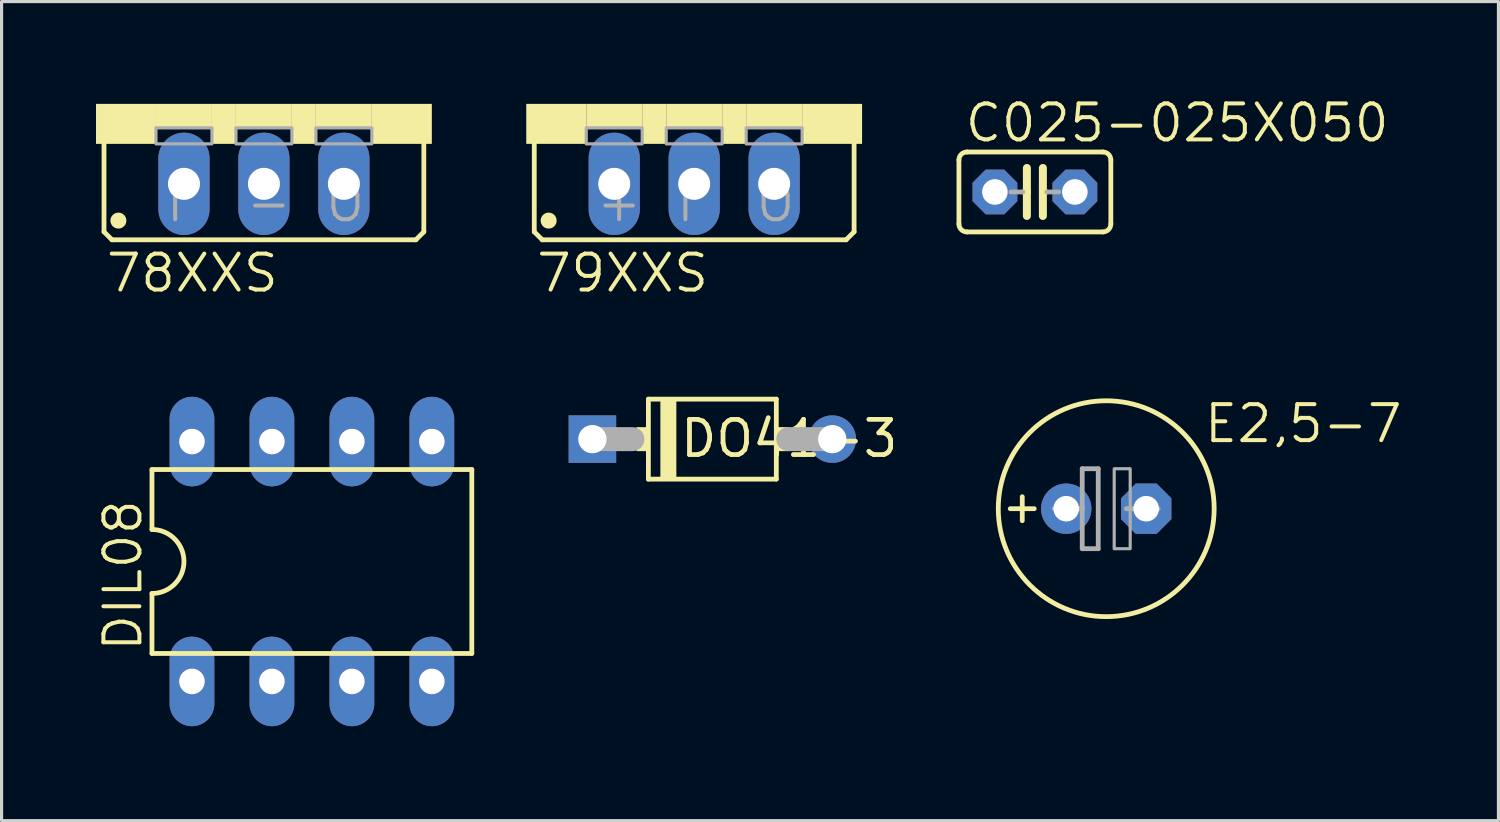
<source format=kicad_pcb>
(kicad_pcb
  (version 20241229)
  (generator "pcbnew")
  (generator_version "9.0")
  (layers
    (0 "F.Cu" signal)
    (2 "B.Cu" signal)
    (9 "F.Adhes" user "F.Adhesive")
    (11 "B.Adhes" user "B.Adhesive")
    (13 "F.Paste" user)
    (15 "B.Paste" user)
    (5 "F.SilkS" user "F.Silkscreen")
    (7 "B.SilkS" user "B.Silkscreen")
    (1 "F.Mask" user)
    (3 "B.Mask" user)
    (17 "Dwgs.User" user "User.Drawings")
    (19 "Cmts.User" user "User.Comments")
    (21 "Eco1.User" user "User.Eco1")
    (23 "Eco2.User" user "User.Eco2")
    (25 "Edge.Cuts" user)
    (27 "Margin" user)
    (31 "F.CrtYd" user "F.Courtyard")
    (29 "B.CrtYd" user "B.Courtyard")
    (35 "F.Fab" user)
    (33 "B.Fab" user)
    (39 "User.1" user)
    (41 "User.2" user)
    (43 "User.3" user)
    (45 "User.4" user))
  (footprint "E2,5-7"
    (layer "F.Cu")
    (at 32.091 13.11)
    (property "Reference" "E2,5-7" (at 3.048 -2.032 0) (unlocked yes) (layer "F.SilkS") (effects (font (size 1.143 1.143) (thickness 0.127)) (justify left bottom)))
    (fp_line (start -3.048 0) (end -2.286 0) (stroke (width 0.152) (type solid)) (layer "F.SilkS"))
    (fp_line (start -2.667 0.381) (end -2.667 -0.381) (stroke (width 0.152) (type solid)) (layer "F.SilkS"))
    (fp_circle (center 0 0) (end 3.429 0) (stroke (width 0.152) (type solid)) (fill no) (layer "F.SilkS"))
    (fp_line (start -1.651 0) (end -0.762 0) (stroke (width 0.152) (type solid)) (layer "F.Fab"))
    (fp_line (start -0.762 -1.27) (end -0.762 0) (stroke (width 0.152) (type solid)) (layer "F.Fab"))
    (fp_line (start -0.762 0) (end -0.762 1.27) (stroke (width 0.152) (type solid)) (layer "F.Fab"))
    (fp_line (start -0.762 1.27) (end -0.254 1.27) (stroke (width 0.152) (type solid)) (layer "F.Fab"))
    (fp_line (start -0.254 -1.27) (end -0.762 -1.27) (stroke (width 0.152) (type solid)) (layer "F.Fab"))
    (fp_line (start -0.254 1.27) (end -0.254 -1.27) (stroke (width 0.152) (type solid)) (layer "F.Fab"))
    (fp_line (start 0.635 0) (end 1.651 0) (stroke (width 0.152) (type solid)) (layer "F.Fab"))
    (fp_poly (pts (xy 0.254 1.27) (xy 0.762 1.27) (xy 0.762 -1.27) (xy 0.254 -1.27)) (stroke (width 0.1) (type default)) (fill no) (layer "F.Fab"))
    (pad "+" thru_hole circle (at -1.27 0) (size 1.6 1.6) (drill 0.813) (layers "*.Cu" "*.Mask"))
    (pad "-" thru_hole roundrect (at 1.27 0) (size 1.6 1.6) (drill 0.813) (layers "*.Cu" "*.Mask") (roundrect_rratio 0.25) (chamfer_ratio 0.293) (chamfer top_left top_right bottom_left bottom_right)))
  (footprint "DO41-3"
    (layer "F.Cu")
    (at 19.579 10.9)
    (property "Reference" "DO41-3" (at -1.092 0.635 0) (unlocked yes) (layer "F.SilkS") (effects (font (size 1.118 1.118) (thickness 0.152)) (justify left bottom)))
    (fp_line (start -2.032 -1.27) (end -2.032 1.27) (stroke (width 0.152) (type solid)) (layer "F.SilkS"))
    (fp_line (start -2.032 -1.27) (end 2.032 -1.27) (stroke (width 0.152) (type solid)) (layer "F.SilkS"))
    (fp_line (start 2.032 1.27) (end -2.032 1.27) (stroke (width 0.152) (type solid)) (layer "F.SilkS"))
    (fp_line (start 2.032 1.27) (end 2.032 -1.27) (stroke (width 0.152) (type solid)) (layer "F.SilkS"))
    (fp_poly (pts (xy -2.413 0.381) (xy -2.032 0.381) (xy -2.032 -0.381) (xy -2.413 -0.381)) (stroke (width 0) (type default)) (fill yes) (layer "F.SilkS"))
    (fp_poly (pts (xy -1.651 1.27) (xy -1.143 1.27) (xy -1.143 -1.27) (xy -1.651 -1.27)) (stroke (width 0) (type default)) (fill yes) (layer "F.SilkS"))
    (fp_poly (pts (xy 2.032 0.381) (xy 2.413 0.381) (xy 2.413 -0.381) (xy 2.032 -0.381)) (stroke (width 0) (type default)) (fill yes) (layer "F.SilkS"))
    (fp_line (start -3.81 0) (end -2.54 0) (stroke (width 0.762) (type solid)) (layer "F.Fab"))
    (fp_line (start 3.81 0) (end 2.413 0) (stroke (width 0.762) (type solid)) (layer "F.Fab"))
    (pad "A" thru_hole circle (at 3.81 0) (size 1.51 1.51) (drill 0.9) (layers "*.Cu" "*.Mask"))
    (pad "C" thru_hole rect (at -3.81 0) (size 1.51 1.51) (drill 0.9) (layers "*.Cu" "*.Mask")))
  (footprint "C025-025X050"
    (layer "F.Cu")
    (at 29.825 3.048)
    (property "Reference" "C025-025X050" (at -2.286 -1.524 0) (unlocked yes) (layer "F.SilkS") (effects (font (size 1.143 1.143) (thickness 0.127)) (justify left bottom)))
    (fp_line (start -2.413 -1.016) (end -2.413 1.016) (stroke (width 0.152) (type solid)) (layer "F.SilkS"))
    (fp_line (start -2.159 -1.27) (end 2.159 -1.27) (stroke (width 0.152) (type solid)) (layer "F.SilkS"))
    (fp_line (start -0.254 -0.762) (end -0.254 0) (stroke (width 0.254) (type solid)) (layer "F.SilkS"))
    (fp_line (start -0.254 0) (end -0.381 0) (stroke (width 0.152) (type solid)) (layer "F.SilkS"))
    (fp_line (start -0.254 0) (end -0.254 0.762) (stroke (width 0.254) (type solid)) (layer "F.SilkS"))
    (fp_line (start 0.254 0) (end 0.254 -0.762) (stroke (width 0.254) (type solid)) (layer "F.SilkS"))
    (fp_line (start 0.254 0) (end 0.254 0.762) (stroke (width 0.254) (type solid)) (layer "F.SilkS"))
    (fp_line (start 0.381 0) (end 0.254 0) (stroke (width 0.152) (type solid)) (layer "F.SilkS"))
    (fp_line (start 2.159 1.27) (end -2.159 1.27) (stroke (width 0.152) (type solid)) (layer "F.SilkS"))
    (fp_line (start 2.413 -1.016) (end 2.413 1.016) (stroke (width 0.152) (type solid)) (layer "F.SilkS"))
    (fp_arc (start -2.413 -1.016) (mid -2.338605 -1.195605) (end -2.159 -1.27) (stroke (width 0.1524) (type solid)) (layer "F.SilkS"))
    (fp_arc (start -2.159 1.27) (mid -2.338605 1.195605) (end -2.413 1.016) (stroke (width 0.1524) (type solid)) (layer "F.SilkS"))
    (fp_arc (start 2.159 -1.27) (mid 2.338605 -1.195605) (end 2.413 -1.016) (stroke (width 0.1524) (type solid)) (layer "F.SilkS"))
    (fp_arc (start 2.413 1.016) (mid 2.338605 1.195605) (end 2.159 1.27) (stroke (width 0.1524) (type solid)) (layer "F.SilkS"))
    (fp_line (start -0.381 0) (end -0.762 0) (stroke (width 0.152) (type solid)) (layer "F.Fab"))
    (fp_line (start 0.762 0) (end 0.381 0) (stroke (width 0.152) (type solid)) (layer "F.Fab"))
    (pad "1" thru_hole roundrect (at -1.27 0) (size 1.422 1.422) (drill 0.813) (layers "*.Cu" "*.Mask") (roundrect_rratio 0.25) (chamfer_ratio 0.293) (chamfer top_left top_right bottom_left bottom_right))
    (pad "2" thru_hole roundrect (at 1.27 0) (size 1.422 1.422) (drill 0.813) (layers "*.Cu" "*.Mask") (roundrect_rratio 0.25) (chamfer_ratio 0.293) (chamfer top_left top_right bottom_left bottom_right)))
  (footprint "79XXS"
    (layer "F.Cu")
    (at 19.002 0.25)
    (property "Reference" "79XXS" (at -5.08 6.045 0) (unlocked yes) (layer "F.SilkS") (effects (font (size 1.143 1.143) (thickness 0.127)) (justify left bottom)))
    (fp_line (start -5.08 4.064) (end -5.08 1.143) (stroke (width 0.152) (type solid)) (layer "F.SilkS"))
    (fp_line (start -5.08 4.064) (end -4.826 4.318) (stroke (width 0.152) (type solid)) (layer "F.SilkS"))
    (fp_line (start 4.826 4.318) (end -4.826 4.318) (stroke (width 0.152) (type solid)) (layer "F.SilkS"))
    (fp_line (start 4.826 4.318) (end 5.08 4.064) (stroke (width 0.152) (type solid)) (layer "F.SilkS"))
    (fp_line (start 5.08 1.143) (end 5.08 4.064) (stroke (width 0.152) (type solid)) (layer "F.SilkS"))
    (fp_circle (center -4.623 3.708) (end -4.496 3.708) (stroke (width 0.254) (type solid)) (fill yes) (layer "F.SilkS"))
    (fp_poly (pts (xy -5.334 1.27) (xy -3.429 1.27) (xy -3.429 0) (xy -5.334 0)) (stroke (width 0) (type default)) (fill yes) (layer "F.SilkS"))
    (fp_poly (pts (xy -3.429 0.762) (xy -1.651 0.762) (xy -1.651 0) (xy -3.429 0)) (stroke (width 0) (type default)) (fill yes) (layer "F.SilkS"))
    (fp_poly (pts (xy -1.651 1.27) (xy -0.889 1.27) (xy -0.889 0) (xy -1.651 0)) (stroke (width 0) (type default)) (fill yes) (layer "F.SilkS"))
    (fp_poly (pts (xy -0.889 0.762) (xy 0.889 0.762) (xy 0.889 0) (xy -0.889 0)) (stroke (width 0) (type default)) (fill yes) (layer "F.SilkS"))
    (fp_poly (pts (xy 0.889 1.27) (xy 1.651 1.27) (xy 1.651 0) (xy 0.889 0)) (stroke (width 0) (type default)) (fill yes) (layer "F.SilkS"))
    (fp_poly (pts (xy 1.651 0.762) (xy 3.429 0.762) (xy 3.429 0) (xy 1.651 0)) (stroke (width 0) (type default)) (fill yes) (layer "F.SilkS"))
    (fp_poly (pts (xy 3.429 1.27) (xy 5.334 1.27) (xy 5.334 0) (xy 3.429 0)) (stroke (width 0) (type default)) (fill yes) (layer "F.SilkS"))
    (fp_poly (pts (xy -3.429 1.27) (xy -1.651 1.27) (xy -1.651 0.762) (xy -3.429 0.762)) (stroke (width 0.1) (type default)) (fill no) (layer "F.Fab"))
    (fp_poly (pts (xy -0.889 1.27) (xy 0.889 1.27) (xy 0.889 0.762) (xy -0.889 0.762)) (stroke (width 0.1) (type default)) (fill no) (layer "F.Fab"))
    (fp_poly (pts (xy 1.651 1.27) (xy 3.429 1.27) (xy 3.429 0.762) (xy 1.651 0.762)) (stroke (width 0.1) (type default)) (fill no) (layer "F.Fab"))
    (fp_text user "O" (at 1.905 3.81 0) (layer "F.Fab") (effects (font (size 1.143 1.143) (thickness 0.127)) (justify left bottom)))
    (fp_text user "+" (at -3.175 3.81 0) (layer "F.Fab") (effects (font (size 1.143 1.143) (thickness 0.127)) (justify left bottom)))
    (fp_text user "I" (at -0.635 3.81 0) (layer "F.Fab") (effects (font (size 1.143 1.143) (thickness 0.127)) (justify left bottom)))
    (pad "GND" thru_hole oval (at -2.54 2.54 90) (size 3.251 1.626) (drill 1.016) (layers "*.Cu" "*.Mask"))
    (pad "IN" thru_hole oval (at 0 2.54 90) (size 3.251 1.626) (drill 1.016) (layers "*.Cu" "*.Mask"))
    (pad "OUT" thru_hole oval (at 2.54 2.54 90) (size 3.251 1.626) (drill 1.016) (layers "*.Cu" "*.Mask")))
  (footprint "DIL08"
    (layer "F.Cu")
    (at 6.858 14.787)
    (property "Reference" "DIL08" (at -5.334 2.921 90) (unlocked yes) (layer "F.SilkS") (effects (font (size 1.143 1.143) (thickness 0.127)) (justify left bottom)))
    (fp_line (start -5.08 -2.921) (end -5.08 -1.016) (stroke (width 0.152) (type solid)) (layer "F.SilkS"))
    (fp_line (start -5.08 2.921) (end -5.08 1.016) (stroke (width 0.152) (type solid)) (layer "F.SilkS"))
    (fp_line (start -5.08 2.921) (end 5.08 2.921) (stroke (width 0.152) (type solid)) (layer "F.SilkS"))
    (fp_line (start 5.08 -2.921) (end -5.08 -2.921) (stroke (width 0.152) (type solid)) (layer "F.SilkS"))
    (fp_line (start 5.08 -2.921) (end 5.08 2.921) (stroke (width 0.152) (type solid)) (layer "F.SilkS"))
    (fp_arc (start -5.08 -1.016) (mid -4.064 0) (end -5.08 1.016) (stroke (width 0.1524) (type solid)) (layer "F.SilkS"))
    (pad "1" thru_hole oval (at -3.81 3.81 90) (size 2.845 1.422) (drill 0.813) (layers "*.Cu" "*.Mask"))
    (pad "2" thru_hole oval (at -1.27 3.81 90) (size 2.845 1.422) (drill 0.813) (layers "*.Cu" "*.Mask"))
    (pad "3" thru_hole oval (at 1.27 3.81 90) (size 2.845 1.422) (drill 0.813) (layers "*.Cu" "*.Mask"))
    (pad "4" thru_hole oval (at 3.81 3.81 90) (size 2.845 1.422) (drill 0.813) (layers "*.Cu" "*.Mask"))
    (pad "5" thru_hole oval (at 3.81 -3.81 90) (size 2.845 1.422) (drill 0.813) (layers "*.Cu" "*.Mask"))
    (pad "6" thru_hole oval (at 1.27 -3.81 90) (size 2.845 1.422) (drill 0.813) (layers "*.Cu" "*.Mask"))
    (pad "7" thru_hole oval (at -1.27 -3.81 90) (size 2.845 1.422) (drill 0.813) (layers "*.Cu" "*.Mask"))
    (pad "8" thru_hole oval (at -3.81 -3.81 90) (size 2.845 1.422) (drill 0.813) (layers "*.Cu" "*.Mask")))
  (footprint "78XXS"
    (layer "F.Cu")
    (at 5.334 0.25)
    (property "Reference" "78XXS" (at -5.08 6.045 0) (unlocked yes) (layer "F.SilkS") (effects (font (size 1.143 1.143) (thickness 0.127)) (justify left bottom)))
    (fp_line (start -5.08 4.064) (end -5.08 1.143) (stroke (width 0.152) (type solid)) (layer "F.SilkS"))
    (fp_line (start -5.08 4.064) (end -4.826 4.318) (stroke (width 0.152) (type solid)) (layer "F.SilkS"))
    (fp_line (start 4.826 4.318) (end -4.826 4.318) (stroke (width 0.152) (type solid)) (layer "F.SilkS"))
    (fp_line (start 4.826 4.318) (end 5.08 4.064) (stroke (width 0.152) (type solid)) (layer "F.SilkS"))
    (fp_line (start 5.08 1.143) (end 5.08 4.064) (stroke (width 0.152) (type solid)) (layer "F.SilkS"))
    (fp_circle (center -4.623 3.708) (end -4.496 3.708) (stroke (width 0.254) (type solid)) (fill yes) (layer "F.SilkS"))
    (fp_poly (pts (xy -5.334 1.27) (xy -3.429 1.27) (xy -3.429 0) (xy -5.334 0)) (stroke (width 0) (type default)) (fill yes) (layer "F.SilkS"))
    (fp_poly (pts (xy -3.429 0.762) (xy -1.651 0.762) (xy -1.651 0) (xy -3.429 0)) (stroke (width 0) (type default)) (fill yes) (layer "F.SilkS"))
    (fp_poly (pts (xy -1.651 1.27) (xy -0.889 1.27) (xy -0.889 0) (xy -1.651 0)) (stroke (width 0) (type default)) (fill yes) (layer "F.SilkS"))
    (fp_poly (pts (xy -0.889 0.762) (xy 0.889 0.762) (xy 0.889 0) (xy -0.889 0)) (stroke (width 0) (type default)) (fill yes) (layer "F.SilkS"))
    (fp_poly (pts (xy 0.889 1.27) (xy 1.651 1.27) (xy 1.651 0) (xy 0.889 0)) (stroke (width 0) (type default)) (fill yes) (layer "F.SilkS"))
    (fp_poly (pts (xy 1.651 0.762) (xy 3.429 0.762) (xy 3.429 0) (xy 1.651 0)) (stroke (width 0) (type default)) (fill yes) (layer "F.SilkS"))
    (fp_poly (pts (xy 3.429 1.27) (xy 5.334 1.27) (xy 5.334 0) (xy 3.429 0)) (stroke (width 0) (type default)) (fill yes) (layer "F.SilkS"))
    (fp_poly (pts (xy -3.429 1.27) (xy -1.651 1.27) (xy -1.651 0.762) (xy -3.429 0.762)) (stroke (width 0.1) (type default)) (fill no) (layer "F.Fab"))
    (fp_poly (pts (xy -0.889 1.27) (xy 0.889 1.27) (xy 0.889 0.762) (xy -0.889 0.762)) (stroke (width 0.1) (type default)) (fill no) (layer "F.Fab"))
    (fp_poly (pts (xy 1.651 1.27) (xy 3.429 1.27) (xy 3.429 0.762) (xy 1.651 0.762)) (stroke (width 0.1) (type default)) (fill no) (layer "F.Fab"))
    (fp_text user "O" (at 1.905 3.81 0) (layer "F.Fab") (effects (font (size 1.143 1.143) (thickness 0.127)) (justify left bottom)))
    (fp_text user "I" (at -3.175 3.81 0) (layer "F.Fab") (effects (font (size 1.143 1.143) (thickness 0.127)) (justify left bottom)))
    (fp_text user "-" (at -0.635 3.81 0) (layer "F.Fab") (effects (font (size 1.143 1.143) (thickness 0.127)) (justify left bottom)))
    (pad "GND" thru_hole oval (at 0 2.54 90) (size 3.251 1.626) (drill 1.016) (layers "*.Cu" "*.Mask"))
    (pad "IN" thru_hole oval (at -2.54 2.54 90) (size 3.251 1.626) (drill 1.016) (layers "*.Cu" "*.Mask"))
    (pad "OUT" thru_hole oval (at 2.54 2.54 90) (size 3.251 1.626) (drill 1.016) (layers "*.Cu" "*.Mask")))
  (gr_rect
    (start -3 -3)
    (end 44.551 23.019)
    (stroke (width 0.1) (type default))
    (fill no)
    (layer "Edge.Cuts")))
</source>
